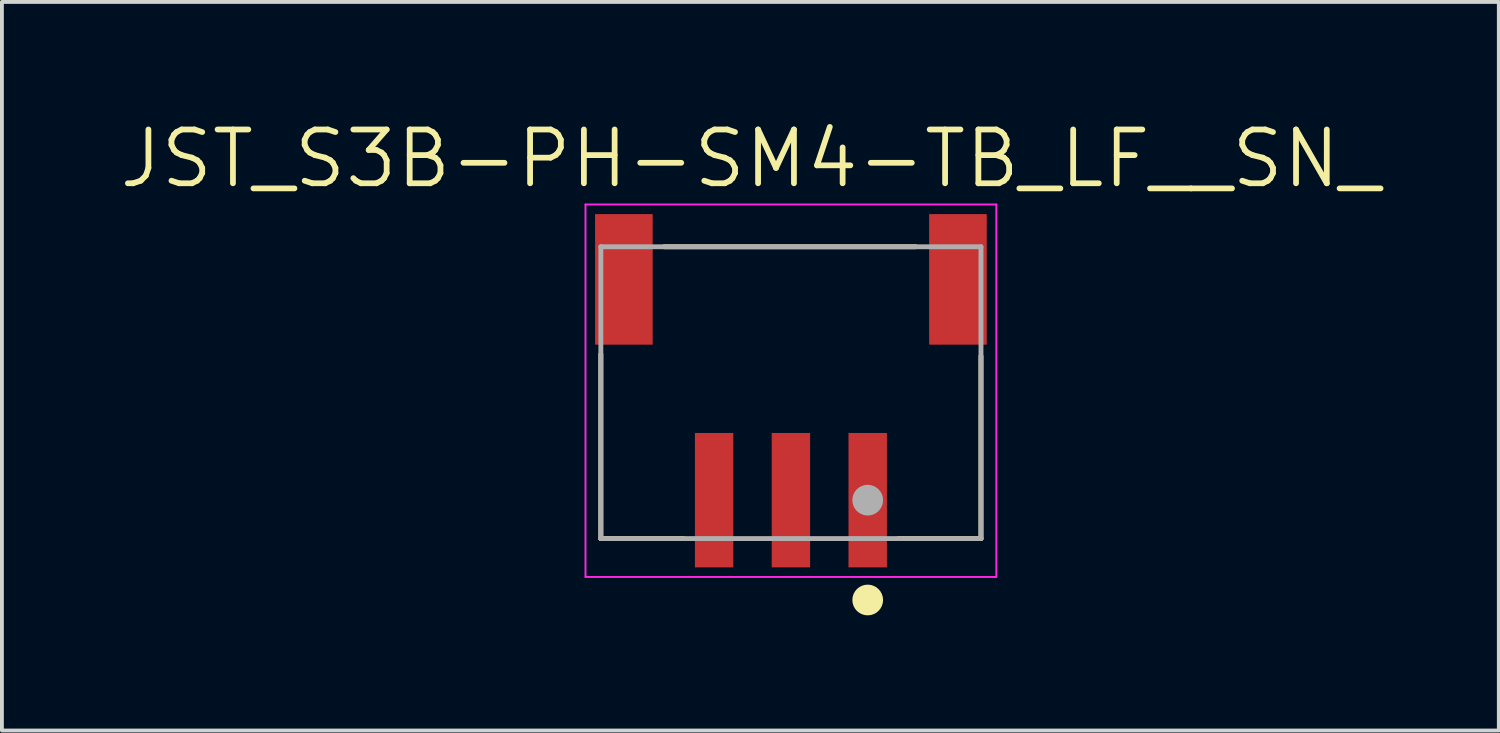
<source format=kicad_pcb>
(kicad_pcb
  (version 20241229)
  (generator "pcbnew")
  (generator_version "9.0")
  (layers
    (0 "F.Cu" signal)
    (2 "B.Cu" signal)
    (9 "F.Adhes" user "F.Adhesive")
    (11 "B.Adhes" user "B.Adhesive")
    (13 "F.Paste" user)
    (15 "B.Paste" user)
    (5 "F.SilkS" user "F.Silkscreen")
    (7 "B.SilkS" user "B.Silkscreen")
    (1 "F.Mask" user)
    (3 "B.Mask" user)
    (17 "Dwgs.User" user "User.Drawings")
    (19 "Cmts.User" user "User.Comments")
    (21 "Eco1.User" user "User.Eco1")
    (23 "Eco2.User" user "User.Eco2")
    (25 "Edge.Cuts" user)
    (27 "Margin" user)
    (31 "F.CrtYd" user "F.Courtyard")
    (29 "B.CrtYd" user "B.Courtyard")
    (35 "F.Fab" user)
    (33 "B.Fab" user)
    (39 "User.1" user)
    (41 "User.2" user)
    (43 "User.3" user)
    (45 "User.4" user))
  (footprint "JST_S3B-PH-SM4-TB_LF__SN_"
    (layer "F.Cu")
    (at 17.548 9.976)
    (property "Reference" "JST_S3B-PH-SM4-TB_LF__SN_" (at -1.055 -8.893 0) (layer "F.SilkS") (effects (font (size 1.401 1.401) (thickness 0.15))))
    (attr smd)
    (fp_line (start -4.95 -3.8) (end -4.95 1) (stroke (width 0.127) (type solid)) (layer "F.SilkS"))
    (fp_line (start -4.95 1) (end -2.8 1) (stroke (width 0.127) (type solid)) (layer "F.SilkS"))
    (fp_line (start -3.3 -6.6) (end 3.25 -6.6) (stroke (width 0.127) (type solid)) (layer "F.SilkS"))
    (fp_line (start 2.8 1) (end 4.95 1) (stroke (width 0.127) (type solid)) (layer "F.SilkS"))
    (fp_line (start 4.95 1) (end 4.95 -3.75) (stroke (width 0.127) (type solid)) (layer "F.SilkS"))
    (fp_circle (center 2 2.6) (end 2.2 2.6) (stroke (width 0.4) (type solid)) (fill no) (layer "F.SilkS"))
    (fp_line (start -5.35 -7.7) (end 5.35 -7.7) (stroke (width 0.05) (type solid)) (layer "F.CrtYd"))
    (fp_line (start -5.35 2) (end -5.35 -7.7) (stroke (width 0.05) (type solid)) (layer "F.CrtYd"))
    (fp_line (start 5.35 -7.7) (end 5.35 2) (stroke (width 0.05) (type solid)) (layer "F.CrtYd"))
    (fp_line (start 5.35 2) (end -5.35 2) (stroke (width 0.05) (type solid)) (layer "F.CrtYd"))
    (fp_line (start -4.95 -6.6) (end -4.95 1) (stroke (width 0.127) (type solid)) (layer "F.Fab"))
    (fp_line (start -4.95 1) (end 4.95 1) (stroke (width 0.127) (type solid)) (layer "F.Fab"))
    (fp_line (start 4.95 -6.6) (end -4.95 -6.6) (stroke (width 0.127) (type solid)) (layer "F.Fab"))
    (fp_line (start 4.95 1) (end 4.95 -6.6) (stroke (width 0.127) (type solid)) (layer "F.Fab"))
    (fp_circle (center 2 0) (end 2.2 0) (stroke (width 0.4) (type solid)) (fill no) (layer "F.Fab"))
    (pad "1" smd rect (at 2 0) (size 1 3.5) (layers "F.Cu" "F.Mask" "F.Paste"))
    (pad "2" smd rect (at 0 0) (size 1 3.5) (layers "F.Cu" "F.Mask" "F.Paste"))
    (pad "3" smd rect (at -2 0) (size 1 3.5) (layers "F.Cu" "F.Mask" "F.Paste"))
    (pad "P1" smd rect (at -4.35 -5.75) (size 1.5 3.4) (layers "F.Cu" "F.Mask" "F.Paste"))
    (pad "P2" smd rect (at 4.35 -5.75) (size 1.5 3.4) (layers "F.Cu" "F.Mask" "F.Paste")))
  (gr_rect
    (start -3 -3)
    (end 35.984 15.976)
    (stroke (width 0.1) (type default))
    (fill no)
    (layer "Edge.Cuts")))
</source>
